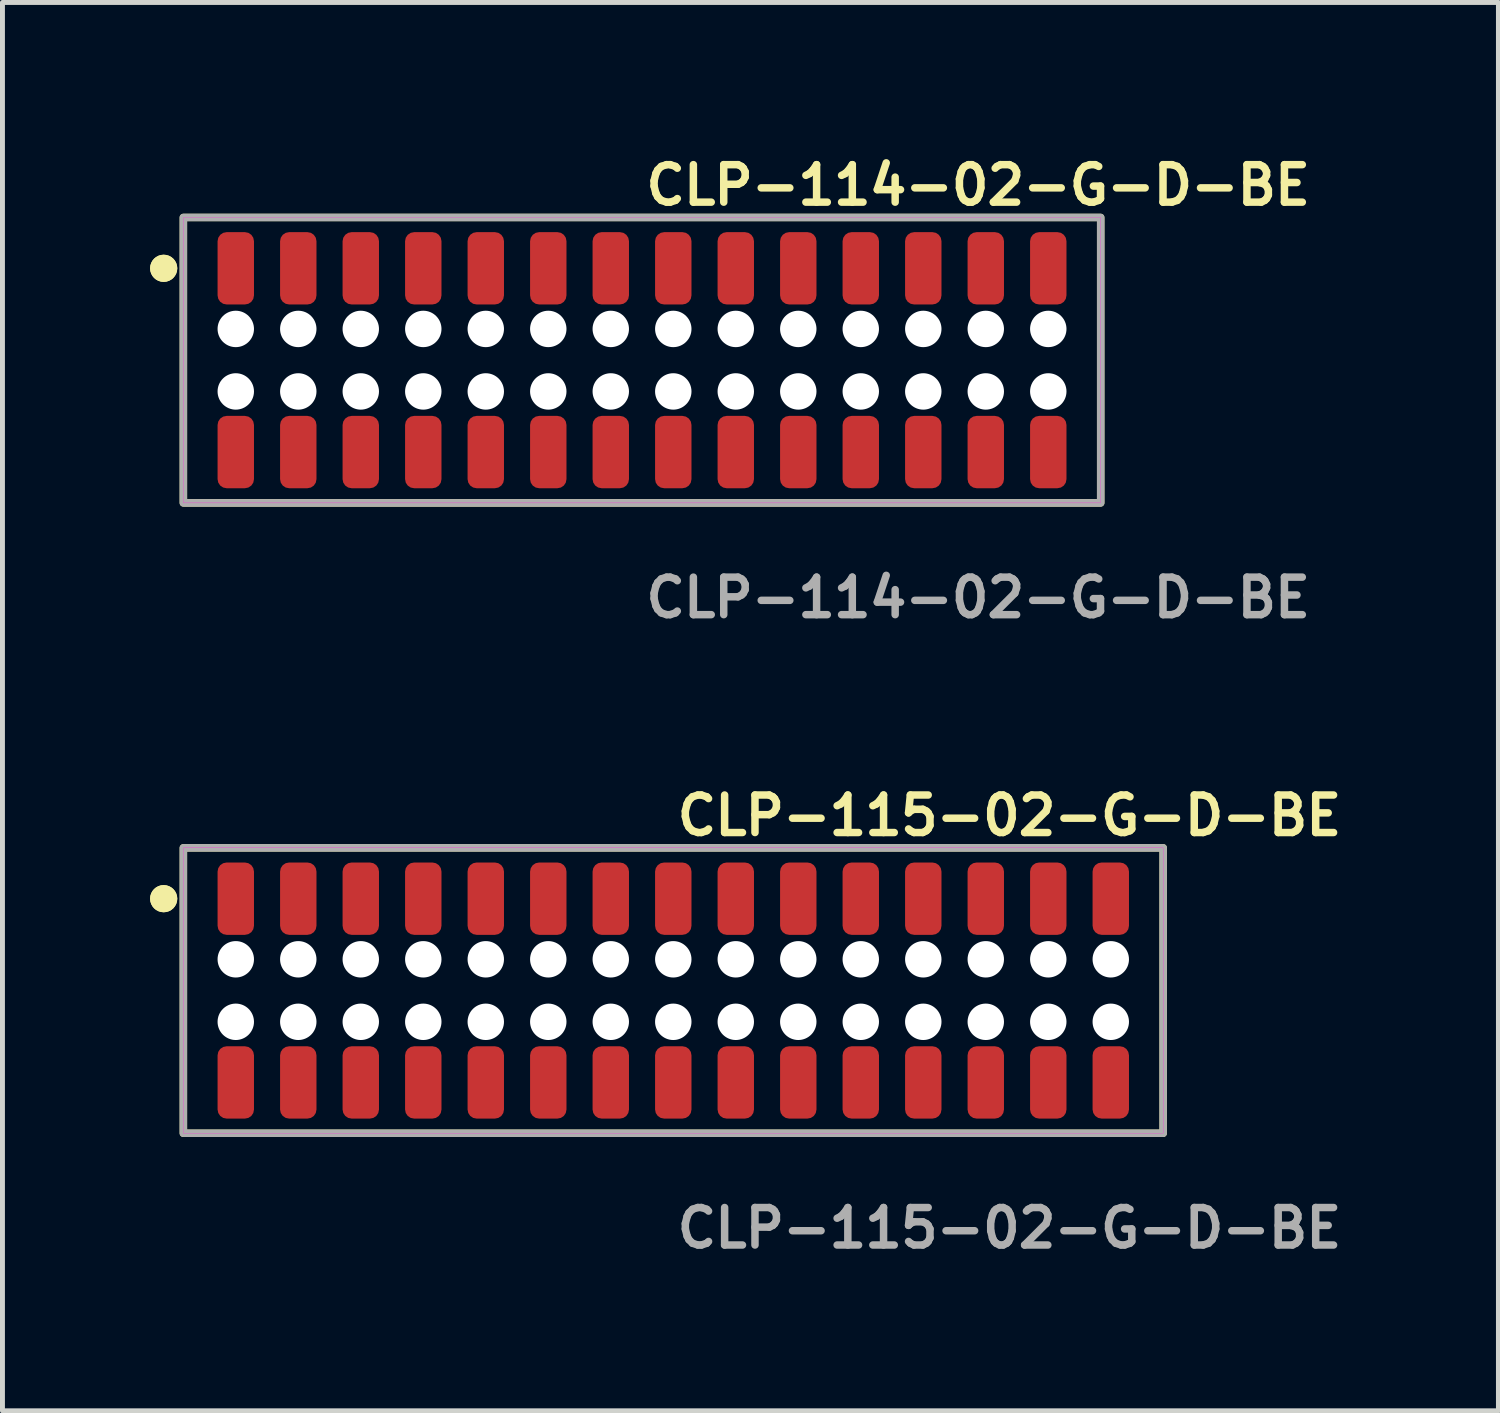
<source format=kicad_pcb>
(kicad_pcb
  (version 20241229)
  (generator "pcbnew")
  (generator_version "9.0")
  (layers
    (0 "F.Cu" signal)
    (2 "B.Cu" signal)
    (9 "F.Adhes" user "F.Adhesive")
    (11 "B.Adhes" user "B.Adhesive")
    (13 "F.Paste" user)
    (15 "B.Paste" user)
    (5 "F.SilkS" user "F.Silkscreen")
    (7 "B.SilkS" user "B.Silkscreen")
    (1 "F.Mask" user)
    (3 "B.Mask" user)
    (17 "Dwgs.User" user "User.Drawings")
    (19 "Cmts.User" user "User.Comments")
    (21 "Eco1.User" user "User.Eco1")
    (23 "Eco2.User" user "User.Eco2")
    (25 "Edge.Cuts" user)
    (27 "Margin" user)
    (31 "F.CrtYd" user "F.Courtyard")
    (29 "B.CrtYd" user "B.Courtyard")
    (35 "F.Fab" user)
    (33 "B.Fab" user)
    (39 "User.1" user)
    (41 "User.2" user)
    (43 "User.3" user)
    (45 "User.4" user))
  (footprint "CLP-114-02-G-D-BE"
    (layer "F.Cu")
    (at 9.996 4.269)
    (property "Reference" "CLP-114-02-G-D-BE" (at 0 -3.556 0) (unlocked yes) (layer "F.SilkS") (effects (font (size 0.762 0.762) (thickness 0.152)) (justify left)))
    (fp_rect (start -9.32 2.9) (end 9.32 -2.9) (stroke (width 0.152) (type solid)) (fill no) (layer "F.SilkS"))
    (fp_circle (center -9.72 -1.867) (end -9.92 -1.867) (stroke (width 0.152) (type solid)) (fill yes) (layer "F.SilkS"))
    (fp_circle (center -9.72 -1.867) (end -9.92 -1.867) (stroke (width 0.152) (type solid)) (fill yes) (layer "F.SilkS"))
    (fp_rect (start -9.32 2.9) (end 9.32 -2.9) (stroke (width 0.006) (type solid)) (fill no) (layer "F.CrtYd"))
    (fp_rect (start -9.32 2.9) (end 9.32 -2.9) (stroke (width 0.152) (type solid)) (fill no) (layer "F.Fab"))
    (fp_text user "${REFERENCE}" (at 0 4.826 0) (unlocked yes) (layer "F.Fab") (effects (font (size 0.762 0.762) (thickness 0.152)) (justify left)))
    (pad "" np_thru_hole circle (at -8.255 -0.635) (size 0.74 0.74) (drill 0.74) (layers "*.Cu" "*.Mask"))
    (pad "" np_thru_hole circle (at -8.255 0.635) (size 0.74 0.74) (drill 0.74) (layers "*.Cu" "*.Mask"))
    (pad "" np_thru_hole circle (at -6.985 -0.635) (size 0.74 0.74) (drill 0.74) (layers "*.Cu" "*.Mask"))
    (pad "" np_thru_hole circle (at -6.985 0.635) (size 0.74 0.74) (drill 0.74) (layers "*.Cu" "*.Mask"))
    (pad "" np_thru_hole circle (at -5.715 -0.635) (size 0.74 0.74) (drill 0.74) (layers "*.Cu" "*.Mask"))
    (pad "" np_thru_hole circle (at -5.715 0.635) (size 0.74 0.74) (drill 0.74) (layers "*.Cu" "*.Mask"))
    (pad "" np_thru_hole circle (at -4.445 -0.635) (size 0.74 0.74) (drill 0.74) (layers "*.Cu" "*.Mask"))
    (pad "" np_thru_hole circle (at -4.445 0.635) (size 0.74 0.74) (drill 0.74) (layers "*.Cu" "*.Mask"))
    (pad "" np_thru_hole circle (at -3.175 -0.635) (size 0.74 0.74) (drill 0.74) (layers "*.Cu" "*.Mask"))
    (pad "" np_thru_hole circle (at -3.175 0.635) (size 0.74 0.74) (drill 0.74) (layers "*.Cu" "*.Mask"))
    (pad "" np_thru_hole circle (at -1.905 -0.635) (size 0.74 0.74) (drill 0.74) (layers "*.Cu" "*.Mask"))
    (pad "" np_thru_hole circle (at -1.905 0.635) (size 0.74 0.74) (drill 0.74) (layers "*.Cu" "*.Mask"))
    (pad "" np_thru_hole circle (at -0.635 -0.635) (size 0.74 0.74) (drill 0.74) (layers "*.Cu" "*.Mask"))
    (pad "" np_thru_hole circle (at -0.635 0.635) (size 0.74 0.74) (drill 0.74) (layers "*.Cu" "*.Mask"))
    (pad "" np_thru_hole circle (at 0.635 -0.635) (size 0.74 0.74) (drill 0.74) (layers "*.Cu" "*.Mask"))
    (pad "" np_thru_hole circle (at 0.635 0.635) (size 0.74 0.74) (drill 0.74) (layers "*.Cu" "*.Mask"))
    (pad "" np_thru_hole circle (at 1.905 -0.635) (size 0.74 0.74) (drill 0.74) (layers "*.Cu" "*.Mask"))
    (pad "" np_thru_hole circle (at 1.905 0.635) (size 0.74 0.74) (drill 0.74) (layers "*.Cu" "*.Mask"))
    (pad "" np_thru_hole circle (at 3.175 -0.635) (size 0.74 0.74) (drill 0.74) (layers "*.Cu" "*.Mask"))
    (pad "" np_thru_hole circle (at 3.175 0.635) (size 0.74 0.74) (drill 0.74) (layers "*.Cu" "*.Mask"))
    (pad "" np_thru_hole circle (at 4.445 -0.635) (size 0.74 0.74) (drill 0.74) (layers "*.Cu" "*.Mask"))
    (pad "" np_thru_hole circle (at 4.445 0.635) (size 0.74 0.74) (drill 0.74) (layers "*.Cu" "*.Mask"))
    (pad "" np_thru_hole circle (at 5.715 -0.635) (size 0.74 0.74) (drill 0.74) (layers "*.Cu" "*.Mask"))
    (pad "" np_thru_hole circle (at 5.715 0.635) (size 0.74 0.74) (drill 0.74) (layers "*.Cu" "*.Mask"))
    (pad "" np_thru_hole circle (at 6.985 -0.635) (size 0.74 0.74) (drill 0.74) (layers "*.Cu" "*.Mask"))
    (pad "" np_thru_hole circle (at 6.985 0.635) (size 0.74 0.74) (drill 0.74) (layers "*.Cu" "*.Mask"))
    (pad "" np_thru_hole circle (at 8.255 -0.635) (size 0.74 0.74) (drill 0.74) (layers "*.Cu" "*.Mask"))
    (pad "" np_thru_hole circle (at 8.255 0.635) (size 0.74 0.74) (drill 0.74) (layers "*.Cu" "*.Mask"))
    (pad "1" smd roundrect (at -8.255 -1.867) (size 0.74 1.47) (layers "F.Cu" "F.Paste") (roundrect_rratio 0.25))
    (pad "2" smd roundrect (at -8.255 1.867) (size 0.74 1.47) (layers "F.Cu" "F.Paste") (roundrect_rratio 0.25))
    (pad "3" smd roundrect (at -6.985 -1.867) (size 0.74 1.47) (layers "F.Cu" "F.Paste") (roundrect_rratio 0.25))
    (pad "4" smd roundrect (at -6.985 1.867) (size 0.74 1.47) (layers "F.Cu" "F.Paste") (roundrect_rratio 0.25))
    (pad "5" smd roundrect (at -5.715 -1.867) (size 0.74 1.47) (layers "F.Cu" "F.Paste") (roundrect_rratio 0.25))
    (pad "6" smd roundrect (at -5.715 1.867) (size 0.74 1.47) (layers "F.Cu" "F.Paste") (roundrect_rratio 0.25))
    (pad "7" smd roundrect (at -4.445 -1.867) (size 0.74 1.47) (layers "F.Cu" "F.Paste") (roundrect_rratio 0.25))
    (pad "8" smd roundrect (at -4.445 1.867) (size 0.74 1.47) (layers "F.Cu" "F.Paste") (roundrect_rratio 0.25))
    (pad "9" smd roundrect (at -3.175 -1.867) (size 0.74 1.47) (layers "F.Cu" "F.Paste") (roundrect_rratio 0.25))
    (pad "10" smd roundrect (at -3.175 1.867) (size 0.74 1.47) (layers "F.Cu" "F.Paste") (roundrect_rratio 0.25))
    (pad "11" smd roundrect (at -1.905 -1.867) (size 0.74 1.47) (layers "F.Cu" "F.Paste") (roundrect_rratio 0.25))
    (pad "12" smd roundrect (at -1.905 1.867) (size 0.74 1.47) (layers "F.Cu" "F.Paste") (roundrect_rratio 0.25))
    (pad "13" smd roundrect (at -0.635 -1.867) (size 0.74 1.47) (layers "F.Cu" "F.Paste") (roundrect_rratio 0.25))
    (pad "14" smd roundrect (at -0.635 1.867) (size 0.74 1.47) (layers "F.Cu" "F.Paste") (roundrect_rratio 0.25))
    (pad "15" smd roundrect (at 0.635 -1.867) (size 0.74 1.47) (layers "F.Cu" "F.Paste") (roundrect_rratio 0.25))
    (pad "16" smd roundrect (at 0.635 1.867) (size 0.74 1.47) (layers "F.Cu" "F.Paste") (roundrect_rratio 0.25))
    (pad "17" smd roundrect (at 1.905 -1.867) (size 0.74 1.47) (layers "F.Cu" "F.Paste") (roundrect_rratio 0.25))
    (pad "18" smd roundrect (at 1.905 1.867) (size 0.74 1.47) (layers "F.Cu" "F.Paste") (roundrect_rratio 0.25))
    (pad "19" smd roundrect (at 3.175 -1.867) (size 0.74 1.47) (layers "F.Cu" "F.Paste") (roundrect_rratio 0.25))
    (pad "20" smd roundrect (at 3.175 1.867) (size 0.74 1.47) (layers "F.Cu" "F.Paste") (roundrect_rratio 0.25))
    (pad "21" smd roundrect (at 4.445 -1.867) (size 0.74 1.47) (layers "F.Cu" "F.Paste") (roundrect_rratio 0.25))
    (pad "22" smd roundrect (at 4.445 1.867) (size 0.74 1.47) (layers "F.Cu" "F.Paste") (roundrect_rratio 0.25))
    (pad "23" smd roundrect (at 5.715 -1.867) (size 0.74 1.47) (layers "F.Cu" "F.Paste") (roundrect_rratio 0.25))
    (pad "24" smd roundrect (at 5.715 1.867) (size 0.74 1.47) (layers "F.Cu" "F.Paste") (roundrect_rratio 0.25))
    (pad "25" smd roundrect (at 6.985 -1.867) (size 0.74 1.47) (layers "F.Cu" "F.Paste") (roundrect_rratio 0.25))
    (pad "26" smd roundrect (at 6.985 1.867) (size 0.74 1.47) (layers "F.Cu" "F.Paste") (roundrect_rratio 0.25))
    (pad "27" smd roundrect (at 8.255 -1.867) (size 0.74 1.47) (layers "F.Cu" "F.Paste") (roundrect_rratio 0.25))
    (pad "28" smd roundrect (at 8.255 1.867) (size 0.74 1.47) (layers "F.Cu" "F.Paste") (roundrect_rratio 0.25)))
  (footprint "CLP-115-02-G-D-BE"
    (layer "F.Cu")
    (at 10.631 17.078)
    (property "Reference" "CLP-115-02-G-D-BE" (at 0 -3.556 0) (unlocked yes) (layer "F.SilkS") (effects (font (size 0.762 0.762) (thickness 0.152)) (justify left)))
    (fp_rect (start -9.955 2.9) (end 9.955 -2.9) (stroke (width 0.152) (type solid)) (fill no) (layer "F.SilkS"))
    (fp_circle (center -10.355 -1.867) (end -10.555 -1.867) (stroke (width 0.152) (type solid)) (fill yes) (layer "F.SilkS"))
    (fp_circle (center -10.355 -1.867) (end -10.555 -1.867) (stroke (width 0.152) (type solid)) (fill yes) (layer "F.SilkS"))
    (fp_rect (start -9.955 2.9) (end 9.955 -2.9) (stroke (width 0.006) (type solid)) (fill no) (layer "F.CrtYd"))
    (fp_rect (start -9.955 2.9) (end 9.955 -2.9) (stroke (width 0.152) (type solid)) (fill no) (layer "F.Fab"))
    (fp_text user "${REFERENCE}" (at 0 4.826 0) (unlocked yes) (layer "F.Fab") (effects (font (size 0.762 0.762) (thickness 0.152)) (justify left)))
    (pad "" np_thru_hole circle (at -8.89 -0.635) (size 0.74 0.74) (drill 0.74) (layers "*.Cu" "*.Mask"))
    (pad "" np_thru_hole circle (at -8.89 0.635) (size 0.74 0.74) (drill 0.74) (layers "*.Cu" "*.Mask"))
    (pad "" np_thru_hole circle (at -7.62 -0.635) (size 0.74 0.74) (drill 0.74) (layers "*.Cu" "*.Mask"))
    (pad "" np_thru_hole circle (at -7.62 0.635) (size 0.74 0.74) (drill 0.74) (layers "*.Cu" "*.Mask"))
    (pad "" np_thru_hole circle (at -6.35 -0.635) (size 0.74 0.74) (drill 0.74) (layers "*.Cu" "*.Mask"))
    (pad "" np_thru_hole circle (at -6.35 0.635) (size 0.74 0.74) (drill 0.74) (layers "*.Cu" "*.Mask"))
    (pad "" np_thru_hole circle (at -5.08 -0.635) (size 0.74 0.74) (drill 0.74) (layers "*.Cu" "*.Mask"))
    (pad "" np_thru_hole circle (at -5.08 0.635) (size 0.74 0.74) (drill 0.74) (layers "*.Cu" "*.Mask"))
    (pad "" np_thru_hole circle (at -3.81 -0.635) (size 0.74 0.74) (drill 0.74) (layers "*.Cu" "*.Mask"))
    (pad "" np_thru_hole circle (at -3.81 0.635) (size 0.74 0.74) (drill 0.74) (layers "*.Cu" "*.Mask"))
    (pad "" np_thru_hole circle (at -2.54 -0.635) (size 0.74 0.74) (drill 0.74) (layers "*.Cu" "*.Mask"))
    (pad "" np_thru_hole circle (at -2.54 0.635) (size 0.74 0.74) (drill 0.74) (layers "*.Cu" "*.Mask"))
    (pad "" np_thru_hole circle (at -1.27 -0.635) (size 0.74 0.74) (drill 0.74) (layers "*.Cu" "*.Mask"))
    (pad "" np_thru_hole circle (at -1.27 0.635) (size 0.74 0.74) (drill 0.74) (layers "*.Cu" "*.Mask"))
    (pad "" np_thru_hole circle (at 0 -0.635) (size 0.74 0.74) (drill 0.74) (layers "*.Cu" "*.Mask"))
    (pad "" np_thru_hole circle (at 0 0.635) (size 0.74 0.74) (drill 0.74) (layers "*.Cu" "*.Mask"))
    (pad "" np_thru_hole circle (at 1.27 -0.635) (size 0.74 0.74) (drill 0.74) (layers "*.Cu" "*.Mask"))
    (pad "" np_thru_hole circle (at 1.27 0.635) (size 0.74 0.74) (drill 0.74) (layers "*.Cu" "*.Mask"))
    (pad "" np_thru_hole circle (at 2.54 -0.635) (size 0.74 0.74) (drill 0.74) (layers "*.Cu" "*.Mask"))
    (pad "" np_thru_hole circle (at 2.54 0.635) (size 0.74 0.74) (drill 0.74) (layers "*.Cu" "*.Mask"))
    (pad "" np_thru_hole circle (at 3.81 -0.635) (size 0.74 0.74) (drill 0.74) (layers "*.Cu" "*.Mask"))
    (pad "" np_thru_hole circle (at 3.81 0.635) (size 0.74 0.74) (drill 0.74) (layers "*.Cu" "*.Mask"))
    (pad "" np_thru_hole circle (at 5.08 -0.635) (size 0.74 0.74) (drill 0.74) (layers "*.Cu" "*.Mask"))
    (pad "" np_thru_hole circle (at 5.08 0.635) (size 0.74 0.74) (drill 0.74) (layers "*.Cu" "*.Mask"))
    (pad "" np_thru_hole circle (at 6.35 -0.635) (size 0.74 0.74) (drill 0.74) (layers "*.Cu" "*.Mask"))
    (pad "" np_thru_hole circle (at 6.35 0.635) (size 0.74 0.74) (drill 0.74) (layers "*.Cu" "*.Mask"))
    (pad "" np_thru_hole circle (at 7.62 -0.635) (size 0.74 0.74) (drill 0.74) (layers "*.Cu" "*.Mask"))
    (pad "" np_thru_hole circle (at 7.62 0.635) (size 0.74 0.74) (drill 0.74) (layers "*.Cu" "*.Mask"))
    (pad "" np_thru_hole circle (at 8.89 -0.635) (size 0.74 0.74) (drill 0.74) (layers "*.Cu" "*.Mask"))
    (pad "" np_thru_hole circle (at 8.89 0.635) (size 0.74 0.74) (drill 0.74) (layers "*.Cu" "*.Mask"))
    (pad "1" smd roundrect (at -8.89 -1.867) (size 0.74 1.47) (layers "F.Cu" "F.Paste") (roundrect_rratio 0.25))
    (pad "2" smd roundrect (at -8.89 1.867) (size 0.74 1.47) (layers "F.Cu" "F.Paste") (roundrect_rratio 0.25))
    (pad "3" smd roundrect (at -7.62 -1.867) (size 0.74 1.47) (layers "F.Cu" "F.Paste") (roundrect_rratio 0.25))
    (pad "4" smd roundrect (at -7.62 1.867) (size 0.74 1.47) (layers "F.Cu" "F.Paste") (roundrect_rratio 0.25))
    (pad "5" smd roundrect (at -6.35 -1.867) (size 0.74 1.47) (layers "F.Cu" "F.Paste") (roundrect_rratio 0.25))
    (pad "6" smd roundrect (at -6.35 1.867) (size 0.74 1.47) (layers "F.Cu" "F.Paste") (roundrect_rratio 0.25))
    (pad "7" smd roundrect (at -5.08 -1.867) (size 0.74 1.47) (layers "F.Cu" "F.Paste") (roundrect_rratio 0.25))
    (pad "8" smd roundrect (at -5.08 1.867) (size 0.74 1.47) (layers "F.Cu" "F.Paste") (roundrect_rratio 0.25))
    (pad "9" smd roundrect (at -3.81 -1.867) (size 0.74 1.47) (layers "F.Cu" "F.Paste") (roundrect_rratio 0.25))
    (pad "10" smd roundrect (at -3.81 1.867) (size 0.74 1.47) (layers "F.Cu" "F.Paste") (roundrect_rratio 0.25))
    (pad "11" smd roundrect (at -2.54 -1.867) (size 0.74 1.47) (layers "F.Cu" "F.Paste") (roundrect_rratio 0.25))
    (pad "12" smd roundrect (at -2.54 1.867) (size 0.74 1.47) (layers "F.Cu" "F.Paste") (roundrect_rratio 0.25))
    (pad "13" smd roundrect (at -1.27 -1.867) (size 0.74 1.47) (layers "F.Cu" "F.Paste") (roundrect_rratio 0.25))
    (pad "14" smd roundrect (at -1.27 1.867) (size 0.74 1.47) (layers "F.Cu" "F.Paste") (roundrect_rratio 0.25))
    (pad "15" smd roundrect (at 0 -1.867) (size 0.74 1.47) (layers "F.Cu" "F.Paste") (roundrect_rratio 0.25))
    (pad "16" smd roundrect (at 0 1.867) (size 0.74 1.47) (layers "F.Cu" "F.Paste") (roundrect_rratio 0.25))
    (pad "17" smd roundrect (at 1.27 -1.867) (size 0.74 1.47) (layers "F.Cu" "F.Paste") (roundrect_rratio 0.25))
    (pad "18" smd roundrect (at 1.27 1.867) (size 0.74 1.47) (layers "F.Cu" "F.Paste") (roundrect_rratio 0.25))
    (pad "19" smd roundrect (at 2.54 -1.867) (size 0.74 1.47) (layers "F.Cu" "F.Paste") (roundrect_rratio 0.25))
    (pad "20" smd roundrect (at 2.54 1.867) (size 0.74 1.47) (layers "F.Cu" "F.Paste") (roundrect_rratio 0.25))
    (pad "21" smd roundrect (at 3.81 -1.867) (size 0.74 1.47) (layers "F.Cu" "F.Paste") (roundrect_rratio 0.25))
    (pad "22" smd roundrect (at 3.81 1.867) (size 0.74 1.47) (layers "F.Cu" "F.Paste") (roundrect_rratio 0.25))
    (pad "23" smd roundrect (at 5.08 -1.867) (size 0.74 1.47) (layers "F.Cu" "F.Paste") (roundrect_rratio 0.25))
    (pad "24" smd roundrect (at 5.08 1.867) (size 0.74 1.47) (layers "F.Cu" "F.Paste") (roundrect_rratio 0.25))
    (pad "25" smd roundrect (at 6.35 -1.867) (size 0.74 1.47) (layers "F.Cu" "F.Paste") (roundrect_rratio 0.25))
    (pad "26" smd roundrect (at 6.35 1.867) (size 0.74 1.47) (layers "F.Cu" "F.Paste") (roundrect_rratio 0.25))
    (pad "27" smd roundrect (at 7.62 -1.867) (size 0.74 1.47) (layers "F.Cu" "F.Paste") (roundrect_rratio 0.25))
    (pad "28" smd roundrect (at 7.62 1.867) (size 0.74 1.47) (layers "F.Cu" "F.Paste") (roundrect_rratio 0.25))
    (pad "29" smd roundrect (at 8.89 -1.867) (size 0.74 1.47) (layers "F.Cu" "F.Paste") (roundrect_rratio 0.25))
    (pad "30" smd roundrect (at 8.89 1.867) (size 0.74 1.47) (layers "F.Cu" "F.Paste") (roundrect_rratio 0.25)))
  (gr_rect
    (start -3 -3)
    (end 27.398 25.617)
    (stroke (width 0.1) (type default))
    (fill no)
    (layer "Edge.Cuts")))
</source>
